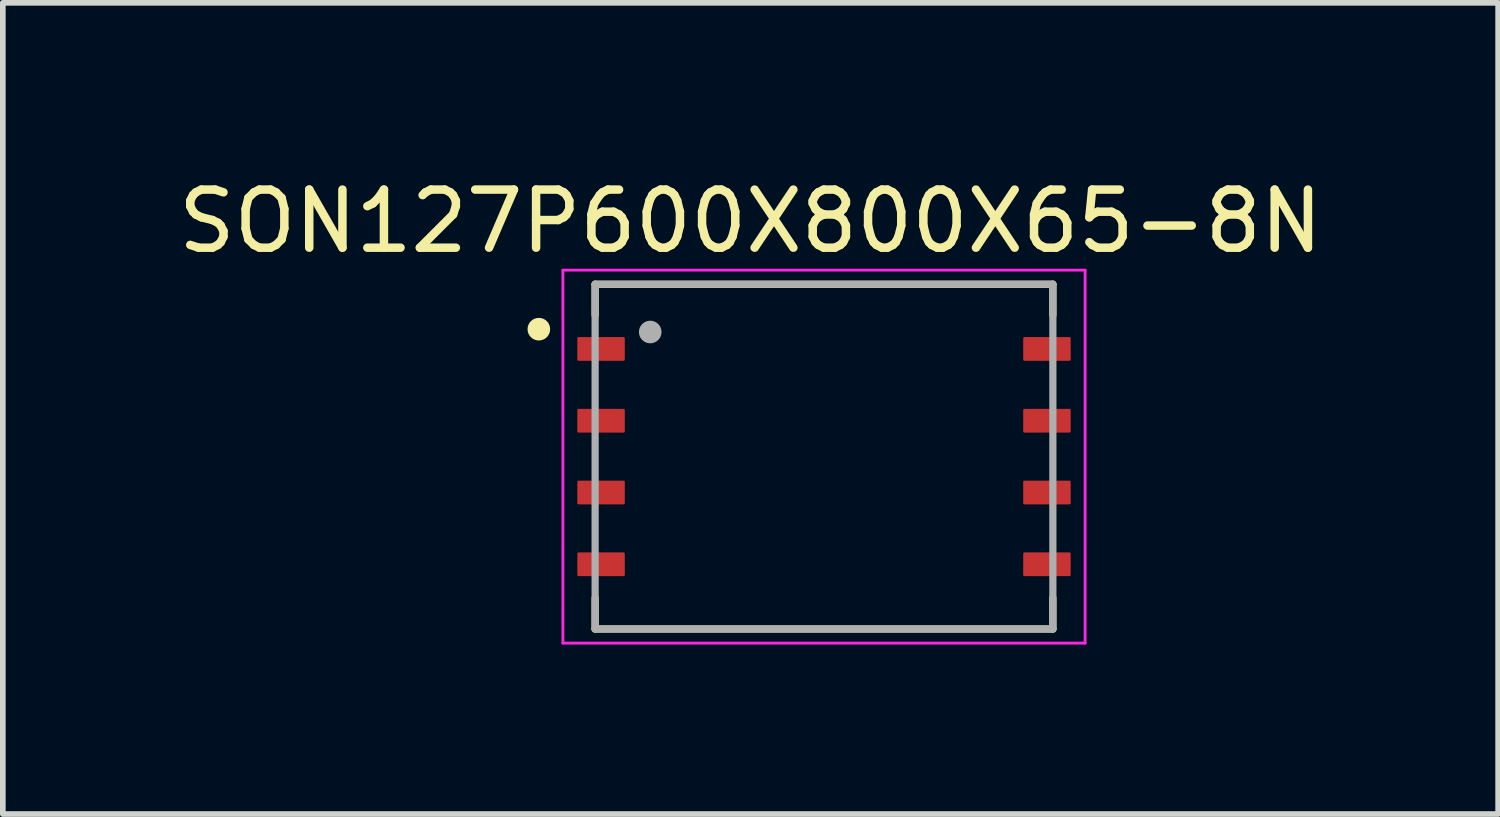
<source format=kicad_pcb>
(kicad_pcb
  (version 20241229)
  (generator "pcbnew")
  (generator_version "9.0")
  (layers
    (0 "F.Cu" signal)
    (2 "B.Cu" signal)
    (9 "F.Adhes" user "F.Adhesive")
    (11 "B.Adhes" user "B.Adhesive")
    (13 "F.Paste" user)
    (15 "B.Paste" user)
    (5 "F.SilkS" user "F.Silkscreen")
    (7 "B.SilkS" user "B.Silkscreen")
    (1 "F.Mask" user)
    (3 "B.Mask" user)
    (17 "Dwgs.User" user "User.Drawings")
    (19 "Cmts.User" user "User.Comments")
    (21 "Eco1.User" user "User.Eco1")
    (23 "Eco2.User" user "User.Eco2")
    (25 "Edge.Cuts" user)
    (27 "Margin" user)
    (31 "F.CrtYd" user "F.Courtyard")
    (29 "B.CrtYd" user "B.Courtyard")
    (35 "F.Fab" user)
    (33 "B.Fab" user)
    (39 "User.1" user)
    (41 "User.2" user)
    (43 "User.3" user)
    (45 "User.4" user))
  (footprint "SON127P600X800X65-8N"
    (layer "F.Cu")
    (at 11.531 5.03)
    (property "Reference" "SON127P600X800X65-8N" (at -1.301 -4.165 0) (layer "F.SilkS") (effects (font (size 1.028 1.028) (thickness 0.15))))
    (attr through_hole)
    (fp_line (start -4.05 -3.05) (end -4.05 -2.5) (stroke (width 0.127) (type solid)) (layer "F.SilkS"))
    (fp_line (start -4.05 -3.05) (end 4.05 -3.05) (stroke (width 0.127) (type solid)) (layer "F.SilkS"))
    (fp_line (start -4.05 3.05) (end -4.05 2.5) (stroke (width 0.127) (type solid)) (layer "F.SilkS"))
    (fp_line (start 4.05 -3.05) (end 4.05 -2.5) (stroke (width 0.127) (type solid)) (layer "F.SilkS"))
    (fp_line (start 4.05 3.05) (end -4.05 3.05) (stroke (width 0.127) (type solid)) (layer "F.SilkS"))
    (fp_line (start 4.05 3.05) (end 4.05 2.5) (stroke (width 0.127) (type solid)) (layer "F.SilkS"))
    (fp_circle (center -5.046 -2.255) (end -4.946 -2.255) (stroke (width 0.2) (type solid)) (fill no) (layer "F.SilkS"))
    (fp_line (start -4.62 -3.3) (end 4.62 -3.3) (stroke (width 0.05) (type solid)) (layer "F.CrtYd"))
    (fp_line (start -4.62 3.3) (end -4.62 -3.3) (stroke (width 0.05) (type solid)) (layer "F.CrtYd"))
    (fp_line (start 4.62 -3.3) (end 4.62 3.3) (stroke (width 0.05) (type solid)) (layer "F.CrtYd"))
    (fp_line (start 4.62 3.3) (end -4.62 3.3) (stroke (width 0.05) (type solid)) (layer "F.CrtYd"))
    (fp_line (start -4.05 -3.05) (end 4.05 -3.05) (stroke (width 0.127) (type solid)) (layer "F.Fab"))
    (fp_line (start -4.05 3.05) (end -4.05 -3.05) (stroke (width 0.127) (type solid)) (layer "F.Fab"))
    (fp_line (start 4.05 -3.05) (end 4.05 3.05) (stroke (width 0.127) (type solid)) (layer "F.Fab"))
    (fp_line (start 4.05 3.05) (end -4.05 3.05) (stroke (width 0.127) (type solid)) (layer "F.Fab"))
    (fp_circle (center -3.075 -2.205) (end -2.975 -2.205) (stroke (width 0.2) (type solid)) (fill no) (layer "F.Fab"))
    (pad "1" smd roundrect (at -3.945 -1.905) (size 0.84 0.42) (layers "F.Cu" "F.Mask" "F.Paste") (roundrect_rratio 0.05))
    (pad "2" smd roundrect (at -3.945 -0.635) (size 0.84 0.42) (layers "F.Cu" "F.Mask" "F.Paste") (roundrect_rratio 0.05))
    (pad "3" smd roundrect (at -3.945 0.635) (size 0.84 0.42) (layers "F.Cu" "F.Mask" "F.Paste") (roundrect_rratio 0.05))
    (pad "4" smd roundrect (at -3.945 1.905) (size 0.84 0.42) (layers "F.Cu" "F.Mask" "F.Paste") (roundrect_rratio 0.05))
    (pad "5" smd roundrect (at 3.945 1.905) (size 0.84 0.42) (layers "F.Cu" "F.Mask" "F.Paste") (roundrect_rratio 0.05))
    (pad "6" smd roundrect (at 3.945 0.635) (size 0.84 0.42) (layers "F.Cu" "F.Mask" "F.Paste") (roundrect_rratio 0.05))
    (pad "7" smd roundrect (at 3.945 -0.635) (size 0.84 0.42) (layers "F.Cu" "F.Mask" "F.Paste") (roundrect_rratio 0.05))
    (pad "8" smd roundrect (at 3.945 -1.905) (size 0.84 0.42) (layers "F.Cu" "F.Mask" "F.Paste") (roundrect_rratio 0.05)))
  (gr_rect
    (start -3 -3)
    (end 23.46 11.355)
    (stroke (width 0.1) (type default))
    (fill no)
    (layer "Edge.Cuts")))
</source>
